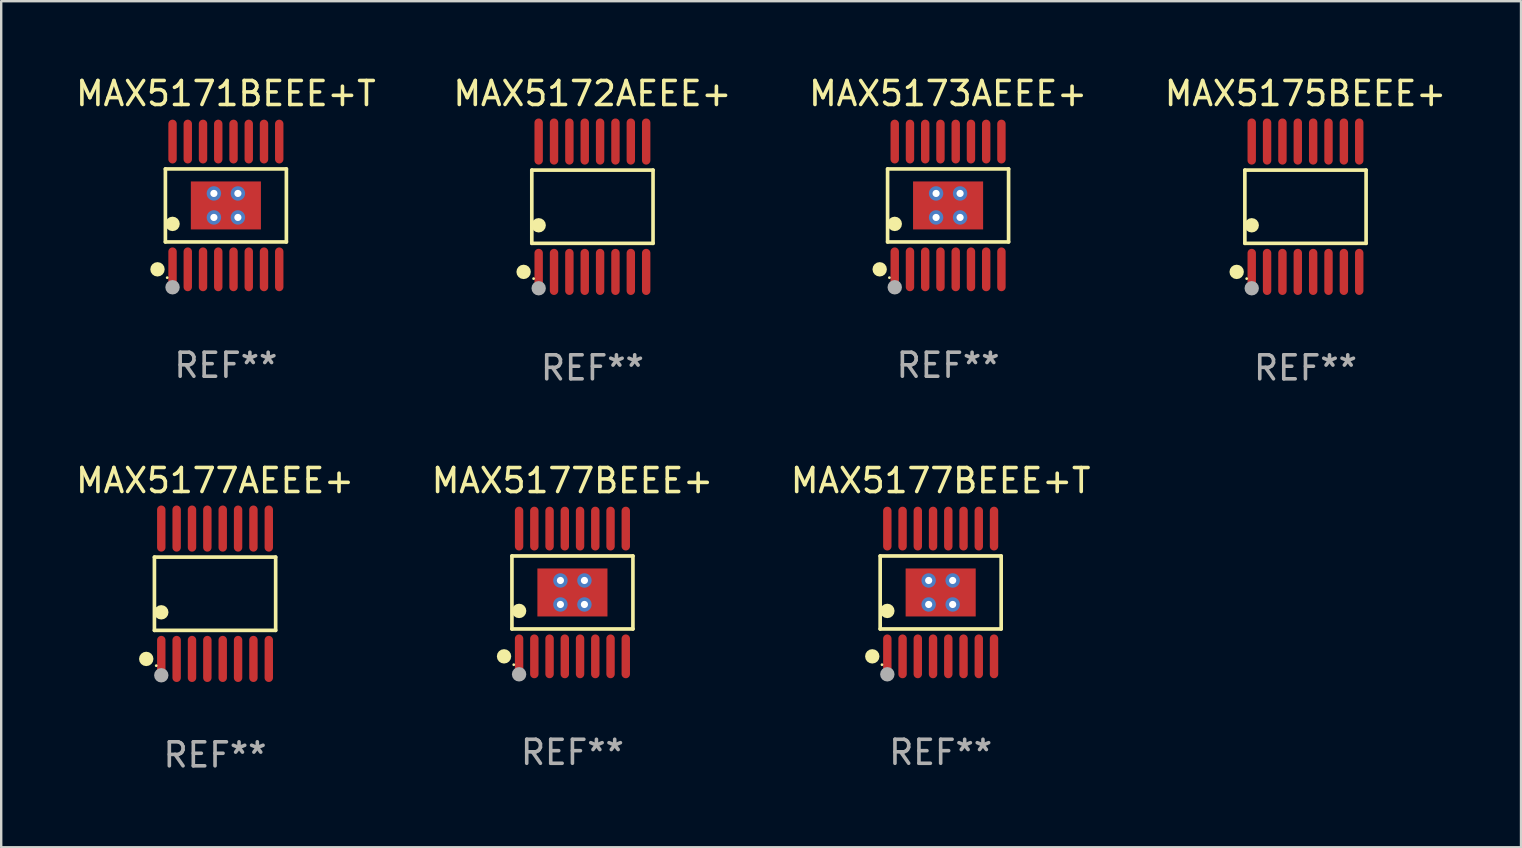
<source format=kicad_pcb>
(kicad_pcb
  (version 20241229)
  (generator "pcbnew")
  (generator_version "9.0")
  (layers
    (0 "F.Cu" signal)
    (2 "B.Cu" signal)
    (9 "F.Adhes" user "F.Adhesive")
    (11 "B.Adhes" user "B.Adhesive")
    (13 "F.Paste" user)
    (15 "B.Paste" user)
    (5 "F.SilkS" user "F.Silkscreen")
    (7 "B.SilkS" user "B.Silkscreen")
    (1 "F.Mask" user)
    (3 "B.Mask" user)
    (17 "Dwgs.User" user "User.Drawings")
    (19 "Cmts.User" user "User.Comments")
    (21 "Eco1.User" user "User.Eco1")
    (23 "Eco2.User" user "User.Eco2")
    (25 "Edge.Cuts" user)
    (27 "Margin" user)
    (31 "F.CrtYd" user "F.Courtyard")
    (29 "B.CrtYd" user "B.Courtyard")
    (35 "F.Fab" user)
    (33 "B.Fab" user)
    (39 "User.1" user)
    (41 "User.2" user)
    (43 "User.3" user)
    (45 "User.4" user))
  (footprint "MAX5173AEEE+"
    (layer "F.Cu")
    (at 36.458 5.511)
    (property "Reference" "MAX5173AEEE+" (at 0 -4.662 0) (layer "F.SilkS") (effects (font (size 1 1) (thickness 0.15))))
    (attr through_hole)
    (fp_line (start -2.521 -1.521) (end 2.521 -1.521) (stroke (width 0.152) (type solid)) (layer "F.SilkS"))
    (fp_line (start -2.521 1.521) (end -2.521 -1.521) (stroke (width 0.152) (type solid)) (layer "F.SilkS"))
    (fp_line (start 2.521 -1.521) (end 2.521 1.521) (stroke (width 0.152) (type solid)) (layer "F.SilkS"))
    (fp_line (start 2.521 1.521) (end -2.521 1.521) (stroke (width 0.152) (type solid)) (layer "F.SilkS"))
    (fp_circle (center -2.85 2.662) (end -2.7 2.662) (stroke (width 0.3) (type solid)) (fill no) (layer "F.SilkS"))
    (fp_circle (center -2.445 3.01) (end -2.415 3.01) (stroke (width 0.06) (type solid)) (fill no) (layer "F.SilkS"))
    (fp_circle (center -2.223 0.769) (end -2.072 0.769) (stroke (width 0.3) (type solid)) (fill no) (layer "F.SilkS"))
    (fp_circle (center -2.223 3.41) (end -2.072 3.41) (stroke (width 0.3) (type solid)) (fill no) (layer "F.Fab"))
    (fp_text user "REF**" (at 0 6.662 0) (layer "F.Fab") (effects (font (size 1 1) (thickness 0.15))))
    (pad "1" smd oval (at -2.223 2.662) (size 0.35 1.825) (layers "F.Cu" "F.Mask" "F.Paste"))
    (pad "2" smd oval (at -1.588 2.662) (size 0.35 1.825) (layers "F.Cu" "F.Mask" "F.Paste"))
    (pad "3" smd oval (at -0.953 2.662) (size 0.35 1.825) (layers "F.Cu" "F.Mask" "F.Paste"))
    (pad "4" smd oval (at -0.318 2.662) (size 0.35 1.825) (layers "F.Cu" "F.Mask" "F.Paste"))
    (pad "5" smd oval (at 0.318 2.662) (size 0.35 1.825) (layers "F.Cu" "F.Mask" "F.Paste"))
    (pad "6" smd oval (at 0.953 2.662) (size 0.35 1.825) (layers "F.Cu" "F.Mask" "F.Paste"))
    (pad "7" smd oval (at 1.588 2.662) (size 0.35 1.825) (layers "F.Cu" "F.Mask" "F.Paste"))
    (pad "8" smd oval (at 2.223 2.662) (size 0.35 1.825) (layers "F.Cu" "F.Mask" "F.Paste"))
    (pad "9" smd oval (at 2.223 -2.662) (size 0.35 1.825) (layers "F.Cu" "F.Mask" "F.Paste"))
    (pad "10" smd oval (at 1.588 -2.662) (size 0.35 1.825) (layers "F.Cu" "F.Mask" "F.Paste"))
    (pad "11" smd oval (at 0.953 -2.662) (size 0.35 1.825) (layers "F.Cu" "F.Mask" "F.Paste"))
    (pad "12" smd oval (at 0.318 -2.662) (size 0.35 1.825) (layers "F.Cu" "F.Mask" "F.Paste"))
    (pad "13" smd oval (at -0.318 -2.662) (size 0.35 1.825) (layers "F.Cu" "F.Mask" "F.Paste"))
    (pad "14" smd oval (at -0.953 -2.662) (size 0.35 1.825) (layers "F.Cu" "F.Mask" "F.Paste"))
    (pad "15" smd oval (at -1.588 -2.662) (size 0.35 1.825) (layers "F.Cu" "F.Mask" "F.Paste"))
    (pad "16" smd oval (at -2.223 -2.662) (size 0.35 1.825) (layers "F.Cu" "F.Mask" "F.Paste"))
    (pad "17" thru_hole circle (at -0.5 -0.5) (size 0.6 0.6) (drill 0.3) (layers "*.Cu" "*.Mask"))
    (pad "17" thru_hole circle (at -0.5 0.5) (size 0.6 0.6) (drill 0.3) (layers "*.Cu" "*.Mask"))
    (pad "17" smd rect (at 0 0) (size 2.92 2) (layers "F.Cu" "F.Mask" "F.Paste"))
    (pad "17" thru_hole circle (at 0.5 -0.5) (size 0.6 0.6) (drill 0.3) (layers "*.Cu" "*.Mask"))
    (pad "17" thru_hole circle (at 0.5 0.5) (size 0.6 0.6) (drill 0.3) (layers "*.Cu" "*.Mask")))
  (footprint "MAX5171BEEE+T"
    (layer "F.Cu")
    (at 6.363 5.511)
    (property "Reference" "MAX5171BEEE+T" (at 0 -4.662 0) (layer "F.SilkS") (effects (font (size 1 1) (thickness 0.15))))
    (attr through_hole)
    (fp_line (start -2.521 -1.521) (end 2.521 -1.521) (stroke (width 0.152) (type solid)) (layer "F.SilkS"))
    (fp_line (start -2.521 1.521) (end -2.521 -1.521) (stroke (width 0.152) (type solid)) (layer "F.SilkS"))
    (fp_line (start 2.521 -1.521) (end 2.521 1.521) (stroke (width 0.152) (type solid)) (layer "F.SilkS"))
    (fp_line (start 2.521 1.521) (end -2.521 1.521) (stroke (width 0.152) (type solid)) (layer "F.SilkS"))
    (fp_circle (center -2.85 2.662) (end -2.7 2.662) (stroke (width 0.3) (type solid)) (fill no) (layer "F.SilkS"))
    (fp_circle (center -2.445 3.01) (end -2.415 3.01) (stroke (width 0.06) (type solid)) (fill no) (layer "F.SilkS"))
    (fp_circle (center -2.223 0.769) (end -2.072 0.769) (stroke (width 0.3) (type solid)) (fill no) (layer "F.SilkS"))
    (fp_circle (center -2.223 3.41) (end -2.072 3.41) (stroke (width 0.3) (type solid)) (fill no) (layer "F.Fab"))
    (fp_text user "REF**" (at 0 6.662 0) (layer "F.Fab") (effects (font (size 1 1) (thickness 0.15))))
    (pad "1" smd oval (at -2.223 2.662) (size 0.35 1.825) (layers "F.Cu" "F.Mask" "F.Paste"))
    (pad "2" smd oval (at -1.588 2.662) (size 0.35 1.825) (layers "F.Cu" "F.Mask" "F.Paste"))
    (pad "3" smd oval (at -0.953 2.662) (size 0.35 1.825) (layers "F.Cu" "F.Mask" "F.Paste"))
    (pad "4" smd oval (at -0.318 2.662) (size 0.35 1.825) (layers "F.Cu" "F.Mask" "F.Paste"))
    (pad "5" smd oval (at 0.318 2.662) (size 0.35 1.825) (layers "F.Cu" "F.Mask" "F.Paste"))
    (pad "6" smd oval (at 0.953 2.662) (size 0.35 1.825) (layers "F.Cu" "F.Mask" "F.Paste"))
    (pad "7" smd oval (at 1.588 2.662) (size 0.35 1.825) (layers "F.Cu" "F.Mask" "F.Paste"))
    (pad "8" smd oval (at 2.223 2.662) (size 0.35 1.825) (layers "F.Cu" "F.Mask" "F.Paste"))
    (pad "9" smd oval (at 2.223 -2.662) (size 0.35 1.825) (layers "F.Cu" "F.Mask" "F.Paste"))
    (pad "10" smd oval (at 1.588 -2.662) (size 0.35 1.825) (layers "F.Cu" "F.Mask" "F.Paste"))
    (pad "11" smd oval (at 0.953 -2.662) (size 0.35 1.825) (layers "F.Cu" "F.Mask" "F.Paste"))
    (pad "12" smd oval (at 0.318 -2.662) (size 0.35 1.825) (layers "F.Cu" "F.Mask" "F.Paste"))
    (pad "13" smd oval (at -0.318 -2.662) (size 0.35 1.825) (layers "F.Cu" "F.Mask" "F.Paste"))
    (pad "14" smd oval (at -0.953 -2.662) (size 0.35 1.825) (layers "F.Cu" "F.Mask" "F.Paste"))
    (pad "15" smd oval (at -1.588 -2.662) (size 0.35 1.825) (layers "F.Cu" "F.Mask" "F.Paste"))
    (pad "16" smd oval (at -2.223 -2.662) (size 0.35 1.825) (layers "F.Cu" "F.Mask" "F.Paste"))
    (pad "17" thru_hole circle (at -0.5 -0.5) (size 0.6 0.6) (drill 0.3) (layers "*.Cu" "*.Mask"))
    (pad "17" thru_hole circle (at -0.5 0.5) (size 0.6 0.6) (drill 0.3) (layers "*.Cu" "*.Mask"))
    (pad "17" smd rect (at 0 0) (size 2.92 2) (layers "F.Cu" "F.Mask" "F.Paste"))
    (pad "17" thru_hole circle (at 0.5 -0.5) (size 0.6 0.6) (drill 0.3) (layers "*.Cu" "*.Mask"))
    (pad "17" thru_hole circle (at 0.5 0.5) (size 0.6 0.6) (drill 0.3) (layers "*.Cu" "*.Mask")))
  (footprint "MAX5177BEEE+T"
    (layer "F.Cu")
    (at 36.149 21.639)
    (property "Reference" "MAX5177BEEE+T" (at 0 -4.662 0) (layer "F.SilkS") (effects (font (size 1 1) (thickness 0.15))))
    (attr through_hole)
    (fp_line (start -2.521 -1.521) (end 2.521 -1.521) (stroke (width 0.152) (type solid)) (layer "F.SilkS"))
    (fp_line (start -2.521 1.521) (end -2.521 -1.521) (stroke (width 0.152) (type solid)) (layer "F.SilkS"))
    (fp_line (start 2.521 -1.521) (end 2.521 1.521) (stroke (width 0.152) (type solid)) (layer "F.SilkS"))
    (fp_line (start 2.521 1.521) (end -2.521 1.521) (stroke (width 0.152) (type solid)) (layer "F.SilkS"))
    (fp_circle (center -2.85 2.662) (end -2.7 2.662) (stroke (width 0.3) (type solid)) (fill no) (layer "F.SilkS"))
    (fp_circle (center -2.445 3.01) (end -2.415 3.01) (stroke (width 0.06) (type solid)) (fill no) (layer "F.SilkS"))
    (fp_circle (center -2.223 0.769) (end -2.072 0.769) (stroke (width 0.3) (type solid)) (fill no) (layer "F.SilkS"))
    (fp_circle (center -2.223 3.41) (end -2.072 3.41) (stroke (width 0.3) (type solid)) (fill no) (layer "F.Fab"))
    (fp_text user "REF**" (at 0 6.662 0) (layer "F.Fab") (effects (font (size 1 1) (thickness 0.15))))
    (pad "1" smd oval (at -2.223 2.662) (size 0.35 1.825) (layers "F.Cu" "F.Mask" "F.Paste"))
    (pad "2" smd oval (at -1.588 2.662) (size 0.35 1.825) (layers "F.Cu" "F.Mask" "F.Paste"))
    (pad "3" smd oval (at -0.953 2.662) (size 0.35 1.825) (layers "F.Cu" "F.Mask" "F.Paste"))
    (pad "4" smd oval (at -0.318 2.662) (size 0.35 1.825) (layers "F.Cu" "F.Mask" "F.Paste"))
    (pad "5" smd oval (at 0.318 2.662) (size 0.35 1.825) (layers "F.Cu" "F.Mask" "F.Paste"))
    (pad "6" smd oval (at 0.953 2.662) (size 0.35 1.825) (layers "F.Cu" "F.Mask" "F.Paste"))
    (pad "7" smd oval (at 1.588 2.662) (size 0.35 1.825) (layers "F.Cu" "F.Mask" "F.Paste"))
    (pad "8" smd oval (at 2.223 2.662) (size 0.35 1.825) (layers "F.Cu" "F.Mask" "F.Paste"))
    (pad "9" smd oval (at 2.223 -2.662) (size 0.35 1.825) (layers "F.Cu" "F.Mask" "F.Paste"))
    (pad "10" smd oval (at 1.588 -2.662) (size 0.35 1.825) (layers "F.Cu" "F.Mask" "F.Paste"))
    (pad "11" smd oval (at 0.953 -2.662) (size 0.35 1.825) (layers "F.Cu" "F.Mask" "F.Paste"))
    (pad "12" smd oval (at 0.318 -2.662) (size 0.35 1.825) (layers "F.Cu" "F.Mask" "F.Paste"))
    (pad "13" smd oval (at -0.318 -2.662) (size 0.35 1.825) (layers "F.Cu" "F.Mask" "F.Paste"))
    (pad "14" smd oval (at -0.953 -2.662) (size 0.35 1.825) (layers "F.Cu" "F.Mask" "F.Paste"))
    (pad "15" smd oval (at -1.588 -2.662) (size 0.35 1.825) (layers "F.Cu" "F.Mask" "F.Paste"))
    (pad "16" smd oval (at -2.223 -2.662) (size 0.35 1.825) (layers "F.Cu" "F.Mask" "F.Paste"))
    (pad "17" thru_hole circle (at -0.5 -0.5) (size 0.6 0.6) (drill 0.3) (layers "*.Cu" "*.Mask"))
    (pad "17" thru_hole circle (at -0.5 0.5) (size 0.6 0.6) (drill 0.3) (layers "*.Cu" "*.Mask"))
    (pad "17" smd rect (at 0 0) (size 2.92 2) (layers "F.Cu" "F.Mask" "F.Paste"))
    (pad "17" thru_hole circle (at 0.5 -0.5) (size 0.6 0.6) (drill 0.3) (layers "*.Cu" "*.Mask"))
    (pad "17" thru_hole circle (at 0.5 0.5) (size 0.6 0.6) (drill 0.3) (layers "*.Cu" "*.Mask")))
  (footprint "MAX5177AEEE+"
    (layer "F.Cu")
    (at 5.911 21.692)
    (property "Reference" "MAX5177AEEE+" (at 0 -4.716 0) (layer "F.SilkS") (effects (font (size 1 1) (thickness 0.15))))
    (attr through_hole)
    (fp_line (start -2.526 -1.526) (end 2.526 -1.526) (stroke (width 0.152) (type solid)) (layer "F.SilkS"))
    (fp_line (start -2.526 1.526) (end -2.526 -1.526) (stroke (width 0.152) (type solid)) (layer "F.SilkS"))
    (fp_line (start 2.526 -1.526) (end 2.526 1.526) (stroke (width 0.152) (type solid)) (layer "F.SilkS"))
    (fp_line (start 2.526 1.526) (end -2.526 1.526) (stroke (width 0.152) (type solid)) (layer "F.SilkS"))
    (fp_circle (center -2.867 2.716) (end -2.717 2.716) (stroke (width 0.3) (type solid)) (fill no) (layer "F.SilkS"))
    (fp_circle (center -2.45 2.997) (end -2.42 2.997) (stroke (width 0.06) (type solid)) (fill no) (layer "F.SilkS"))
    (fp_circle (center -2.24 0.774) (end -2.09 0.774) (stroke (width 0.3) (type solid)) (fill no) (layer "F.SilkS"))
    (fp_circle (center -2.24 3.398) (end -2.09 3.398) (stroke (width 0.3) (type solid)) (fill no) (layer "F.Fab"))
    (fp_text user "REF**" (at 0 6.716 0) (layer "F.Fab") (effects (font (size 1 1) (thickness 0.15))))
    (pad "1" smd oval (at -2.24 2.716) (size 0.35 1.922) (layers "F.Cu" "F.Mask" "F.Paste"))
    (pad "2" smd oval (at -1.6 2.716) (size 0.35 1.922) (layers "F.Cu" "F.Mask" "F.Paste"))
    (pad "3" smd oval (at -0.96 2.716) (size 0.35 1.922) (layers "F.Cu" "F.Mask" "F.Paste"))
    (pad "4" smd oval (at -0.32 2.716) (size 0.35 1.922) (layers "F.Cu" "F.Mask" "F.Paste"))
    (pad "5" smd oval (at 0.32 2.716) (size 0.35 1.922) (layers "F.Cu" "F.Mask" "F.Paste"))
    (pad "6" smd oval (at 0.96 2.716) (size 0.35 1.922) (layers "F.Cu" "F.Mask" "F.Paste"))
    (pad "7" smd oval (at 1.6 2.716) (size 0.35 1.922) (layers "F.Cu" "F.Mask" "F.Paste"))
    (pad "8" smd oval (at 2.24 2.716) (size 0.35 1.922) (layers "F.Cu" "F.Mask" "F.Paste"))
    (pad "9" smd oval (at 2.24 -2.716) (size 0.35 1.922) (layers "F.Cu" "F.Mask" "F.Paste"))
    (pad "10" smd oval (at 1.6 -2.716) (size 0.35 1.922) (layers "F.Cu" "F.Mask" "F.Paste"))
    (pad "11" smd oval (at 0.96 -2.716) (size 0.35 1.922) (layers "F.Cu" "F.Mask" "F.Paste"))
    (pad "12" smd oval (at 0.32 -2.716) (size 0.35 1.922) (layers "F.Cu" "F.Mask" "F.Paste"))
    (pad "13" smd oval (at -0.32 -2.716) (size 0.35 1.922) (layers "F.Cu" "F.Mask" "F.Paste"))
    (pad "14" smd oval (at -0.96 -2.716) (size 0.35 1.922) (layers "F.Cu" "F.Mask" "F.Paste"))
    (pad "15" smd oval (at -1.6 -2.716) (size 0.35 1.922) (layers "F.Cu" "F.Mask" "F.Paste"))
    (pad "16" smd oval (at -2.24 -2.716) (size 0.35 1.922) (layers "F.Cu" "F.Mask" "F.Paste")))
  (footprint "MAX5172AEEE+"
    (layer "F.Cu")
    (at 21.637 5.564)
    (property "Reference" "MAX5172AEEE+" (at 0 -4.716 0) (layer "F.SilkS") (effects (font (size 1 1) (thickness 0.15))))
    (attr through_hole)
    (fp_line (start -2.526 -1.526) (end 2.526 -1.526) (stroke (width 0.152) (type solid)) (layer "F.SilkS"))
    (fp_line (start -2.526 1.526) (end -2.526 -1.526) (stroke (width 0.152) (type solid)) (layer "F.SilkS"))
    (fp_line (start 2.526 -1.526) (end 2.526 1.526) (stroke (width 0.152) (type solid)) (layer "F.SilkS"))
    (fp_line (start 2.526 1.526) (end -2.526 1.526) (stroke (width 0.152) (type solid)) (layer "F.SilkS"))
    (fp_circle (center -2.867 2.716) (end -2.717 2.716) (stroke (width 0.3) (type solid)) (fill no) (layer "F.SilkS"))
    (fp_circle (center -2.45 2.997) (end -2.42 2.997) (stroke (width 0.06) (type solid)) (fill no) (layer "F.SilkS"))
    (fp_circle (center -2.24 0.774) (end -2.09 0.774) (stroke (width 0.3) (type solid)) (fill no) (layer "F.SilkS"))
    (fp_circle (center -2.24 3.398) (end -2.09 3.398) (stroke (width 0.3) (type solid)) (fill no) (layer "F.Fab"))
    (fp_text user "REF**" (at 0 6.716 0) (layer "F.Fab") (effects (font (size 1 1) (thickness 0.15))))
    (pad "1" smd oval (at -2.24 2.716) (size 0.35 1.922) (layers "F.Cu" "F.Mask" "F.Paste"))
    (pad "2" smd oval (at -1.6 2.716) (size 0.35 1.922) (layers "F.Cu" "F.Mask" "F.Paste"))
    (pad "3" smd oval (at -0.96 2.716) (size 0.35 1.922) (layers "F.Cu" "F.Mask" "F.Paste"))
    (pad "4" smd oval (at -0.32 2.716) (size 0.35 1.922) (layers "F.Cu" "F.Mask" "F.Paste"))
    (pad "5" smd oval (at 0.32 2.716) (size 0.35 1.922) (layers "F.Cu" "F.Mask" "F.Paste"))
    (pad "6" smd oval (at 0.96 2.716) (size 0.35 1.922) (layers "F.Cu" "F.Mask" "F.Paste"))
    (pad "7" smd oval (at 1.6 2.716) (size 0.35 1.922) (layers "F.Cu" "F.Mask" "F.Paste"))
    (pad "8" smd oval (at 2.24 2.716) (size 0.35 1.922) (layers "F.Cu" "F.Mask" "F.Paste"))
    (pad "9" smd oval (at 2.24 -2.716) (size 0.35 1.922) (layers "F.Cu" "F.Mask" "F.Paste"))
    (pad "10" smd oval (at 1.6 -2.716) (size 0.35 1.922) (layers "F.Cu" "F.Mask" "F.Paste"))
    (pad "11" smd oval (at 0.96 -2.716) (size 0.35 1.922) (layers "F.Cu" "F.Mask" "F.Paste"))
    (pad "12" smd oval (at 0.32 -2.716) (size 0.35 1.922) (layers "F.Cu" "F.Mask" "F.Paste"))
    (pad "13" smd oval (at -0.32 -2.716) (size 0.35 1.922) (layers "F.Cu" "F.Mask" "F.Paste"))
    (pad "14" smd oval (at -0.96 -2.716) (size 0.35 1.922) (layers "F.Cu" "F.Mask" "F.Paste"))
    (pad "15" smd oval (at -1.6 -2.716) (size 0.35 1.922) (layers "F.Cu" "F.Mask" "F.Paste"))
    (pad "16" smd oval (at -2.24 -2.716) (size 0.35 1.922) (layers "F.Cu" "F.Mask" "F.Paste")))
  (footprint "MAX5177BEEE+"
    (layer "F.Cu")
    (at 20.804 21.639)
    (property "Reference" "MAX5177BEEE+" (at 0 -4.662 0) (layer "F.SilkS") (effects (font (size 1 1) (thickness 0.15))))
    (attr through_hole)
    (fp_line (start -2.521 -1.521) (end 2.521 -1.521) (stroke (width 0.152) (type solid)) (layer "F.SilkS"))
    (fp_line (start -2.521 1.521) (end -2.521 -1.521) (stroke (width 0.152) (type solid)) (layer "F.SilkS"))
    (fp_line (start 2.521 -1.521) (end 2.521 1.521) (stroke (width 0.152) (type solid)) (layer "F.SilkS"))
    (fp_line (start 2.521 1.521) (end -2.521 1.521) (stroke (width 0.152) (type solid)) (layer "F.SilkS"))
    (fp_circle (center -2.85 2.662) (end -2.7 2.662) (stroke (width 0.3) (type solid)) (fill no) (layer "F.SilkS"))
    (fp_circle (center -2.445 3.01) (end -2.415 3.01) (stroke (width 0.06) (type solid)) (fill no) (layer "F.SilkS"))
    (fp_circle (center -2.223 0.769) (end -2.072 0.769) (stroke (width 0.3) (type solid)) (fill no) (layer "F.SilkS"))
    (fp_circle (center -2.223 3.41) (end -2.072 3.41) (stroke (width 0.3) (type solid)) (fill no) (layer "F.Fab"))
    (fp_text user "REF**" (at 0 6.662 0) (layer "F.Fab") (effects (font (size 1 1) (thickness 0.15))))
    (pad "1" smd oval (at -2.223 2.662) (size 0.35 1.825) (layers "F.Cu" "F.Mask" "F.Paste"))
    (pad "2" smd oval (at -1.588 2.662) (size 0.35 1.825) (layers "F.Cu" "F.Mask" "F.Paste"))
    (pad "3" smd oval (at -0.953 2.662) (size 0.35 1.825) (layers "F.Cu" "F.Mask" "F.Paste"))
    (pad "4" smd oval (at -0.318 2.662) (size 0.35 1.825) (layers "F.Cu" "F.Mask" "F.Paste"))
    (pad "5" smd oval (at 0.318 2.662) (size 0.35 1.825) (layers "F.Cu" "F.Mask" "F.Paste"))
    (pad "6" smd oval (at 0.953 2.662) (size 0.35 1.825) (layers "F.Cu" "F.Mask" "F.Paste"))
    (pad "7" smd oval (at 1.588 2.662) (size 0.35 1.825) (layers "F.Cu" "F.Mask" "F.Paste"))
    (pad "8" smd oval (at 2.223 2.662) (size 0.35 1.825) (layers "F.Cu" "F.Mask" "F.Paste"))
    (pad "9" smd oval (at 2.223 -2.662) (size 0.35 1.825) (layers "F.Cu" "F.Mask" "F.Paste"))
    (pad "10" smd oval (at 1.588 -2.662) (size 0.35 1.825) (layers "F.Cu" "F.Mask" "F.Paste"))
    (pad "11" smd oval (at 0.953 -2.662) (size 0.35 1.825) (layers "F.Cu" "F.Mask" "F.Paste"))
    (pad "12" smd oval (at 0.318 -2.662) (size 0.35 1.825) (layers "F.Cu" "F.Mask" "F.Paste"))
    (pad "13" smd oval (at -0.318 -2.662) (size 0.35 1.825) (layers "F.Cu" "F.Mask" "F.Paste"))
    (pad "14" smd oval (at -0.953 -2.662) (size 0.35 1.825) (layers "F.Cu" "F.Mask" "F.Paste"))
    (pad "15" smd oval (at -1.588 -2.662) (size 0.35 1.825) (layers "F.Cu" "F.Mask" "F.Paste"))
    (pad "16" smd oval (at -2.223 -2.662) (size 0.35 1.825) (layers "F.Cu" "F.Mask" "F.Paste"))
    (pad "17" thru_hole circle (at -0.5 -0.5) (size 0.6 0.6) (drill 0.3) (layers "*.Cu" "*.Mask"))
    (pad "17" thru_hole circle (at -0.5 0.5) (size 0.6 0.6) (drill 0.3) (layers "*.Cu" "*.Mask"))
    (pad "17" smd rect (at 0 0) (size 2.92 2) (layers "F.Cu" "F.Mask" "F.Paste"))
    (pad "17" thru_hole circle (at 0.5 -0.5) (size 0.6 0.6) (drill 0.3) (layers "*.Cu" "*.Mask"))
    (pad "17" thru_hole circle (at 0.5 0.5) (size 0.6 0.6) (drill 0.3) (layers "*.Cu" "*.Mask")))
  (footprint "MAX5175BEEE+"
    (layer "F.Cu")
    (at 51.351 5.564)
    (property "Reference" "MAX5175BEEE+" (at 0 -4.716 0) (layer "F.SilkS") (effects (font (size 1 1) (thickness 0.15))))
    (attr through_hole)
    (fp_line (start -2.526 -1.526) (end 2.526 -1.526) (stroke (width 0.152) (type solid)) (layer "F.SilkS"))
    (fp_line (start -2.526 1.526) (end -2.526 -1.526) (stroke (width 0.152) (type solid)) (layer "F.SilkS"))
    (fp_line (start 2.526 -1.526) (end 2.526 1.526) (stroke (width 0.152) (type solid)) (layer "F.SilkS"))
    (fp_line (start 2.526 1.526) (end -2.526 1.526) (stroke (width 0.152) (type solid)) (layer "F.SilkS"))
    (fp_circle (center -2.867 2.716) (end -2.717 2.716) (stroke (width 0.3) (type solid)) (fill no) (layer "F.SilkS"))
    (fp_circle (center -2.45 2.997) (end -2.42 2.997) (stroke (width 0.06) (type solid)) (fill no) (layer "F.SilkS"))
    (fp_circle (center -2.24 0.774) (end -2.09 0.774) (stroke (width 0.3) (type solid)) (fill no) (layer "F.SilkS"))
    (fp_circle (center -2.24 3.398) (end -2.09 3.398) (stroke (width 0.3) (type solid)) (fill no) (layer "F.Fab"))
    (fp_text user "REF**" (at 0 6.716 0) (layer "F.Fab") (effects (font (size 1 1) (thickness 0.15))))
    (pad "1" smd oval (at -2.24 2.716) (size 0.35 1.922) (layers "F.Cu" "F.Mask" "F.Paste"))
    (pad "2" smd oval (at -1.6 2.716) (size 0.35 1.922) (layers "F.Cu" "F.Mask" "F.Paste"))
    (pad "3" smd oval (at -0.96 2.716) (size 0.35 1.922) (layers "F.Cu" "F.Mask" "F.Paste"))
    (pad "4" smd oval (at -0.32 2.716) (size 0.35 1.922) (layers "F.Cu" "F.Mask" "F.Paste"))
    (pad "5" smd oval (at 0.32 2.716) (size 0.35 1.922) (layers "F.Cu" "F.Mask" "F.Paste"))
    (pad "6" smd oval (at 0.96 2.716) (size 0.35 1.922) (layers "F.Cu" "F.Mask" "F.Paste"))
    (pad "7" smd oval (at 1.6 2.716) (size 0.35 1.922) (layers "F.Cu" "F.Mask" "F.Paste"))
    (pad "8" smd oval (at 2.24 2.716) (size 0.35 1.922) (layers "F.Cu" "F.Mask" "F.Paste"))
    (pad "9" smd oval (at 2.24 -2.716) (size 0.35 1.922) (layers "F.Cu" "F.Mask" "F.Paste"))
    (pad "10" smd oval (at 1.6 -2.716) (size 0.35 1.922) (layers "F.Cu" "F.Mask" "F.Paste"))
    (pad "11" smd oval (at 0.96 -2.716) (size 0.35 1.922) (layers "F.Cu" "F.Mask" "F.Paste"))
    (pad "12" smd oval (at 0.32 -2.716) (size 0.35 1.922) (layers "F.Cu" "F.Mask" "F.Paste"))
    (pad "13" smd oval (at -0.32 -2.716) (size 0.35 1.922) (layers "F.Cu" "F.Mask" "F.Paste"))
    (pad "14" smd oval (at -0.96 -2.716) (size 0.35 1.922) (layers "F.Cu" "F.Mask" "F.Paste"))
    (pad "15" smd oval (at -1.6 -2.716) (size 0.35 1.922) (layers "F.Cu" "F.Mask" "F.Paste"))
    (pad "16" smd oval (at -2.24 -2.716) (size 0.35 1.922) (layers "F.Cu" "F.Mask" "F.Paste")))
  (gr_rect
    (start -3 -3)
    (end 60.333 32.256)
    (stroke (width 0.1) (type default))
    (fill no)
    (layer "Edge.Cuts")))
</source>
